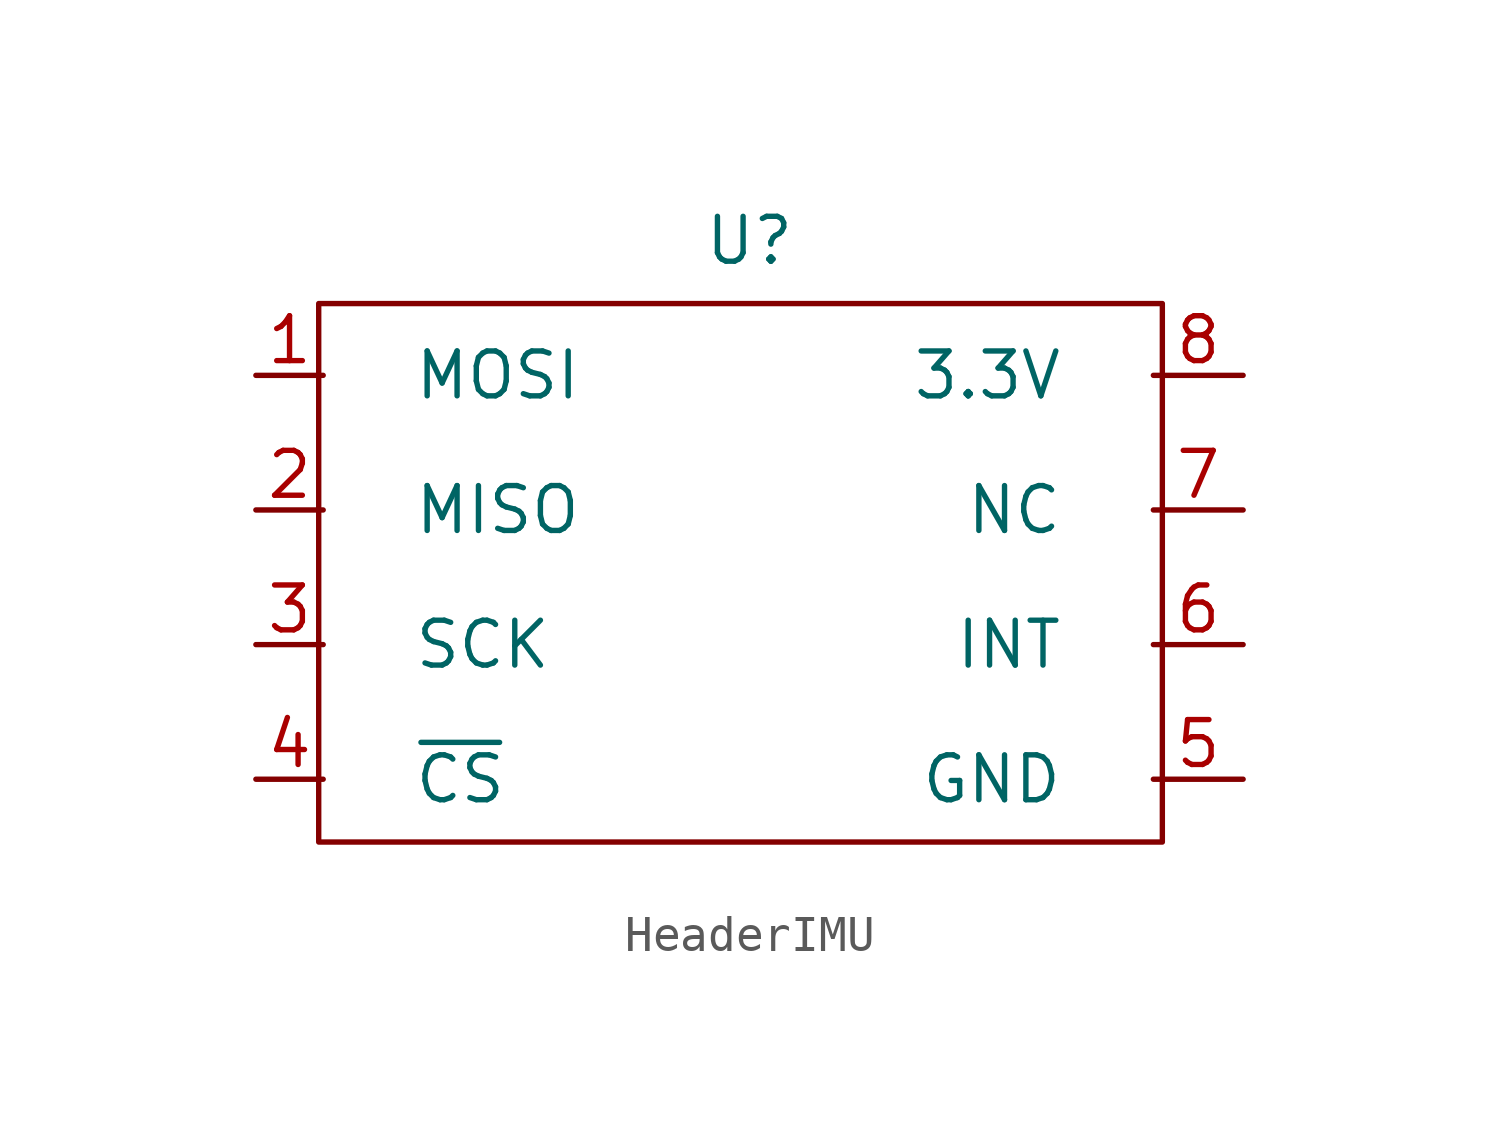
<source format=kicad_sym>
(kicad_symbol_lib
  (version 20231120)
  (generator "kicad_symbol_editor")
  (generator_version "8.0")
  (symbol "HeaderIMU"
    (pin_names
      (offset 2.54))
    (property "Reference" "U"
      (at 0 0 0)
      (effects (font (size 1.27 1.27))))
    (property "Value" ""
      (at 0 0 0)
      (effects (font (size 1.27 1.27))))
    (symbol "HeaderIMU_0_1"
      (rectangle (start -12.192 -1.778) (end 11.684 -17.018) (stroke (width 0) (type default)) (fill (type none))))
    (symbol "HeaderIMU_1_1"
      (pin input line (at -13.97 -3.81 0) (length 1.905) (name "MOSI" (effects (font (size 1.27 1.27)))) (number "1" (effects (font (size 1.27 1.27)))))
      (pin input line (at -13.97 -7.62 0) (length 1.905) (name "MISO" (effects (font (size 1.27 1.27)))) (number "2" (effects (font (size 1.27 1.27)))))
      (pin input line (at -13.97 -11.43 0) (length 1.905) (name "SCK" (effects (font (size 1.27 1.27)))) (number "3" (effects (font (size 1.27 1.27)))))
      (pin power_in line (at -13.97 -15.24 0) (length 1.905) (name "~{CS}" (effects (font (size 1.27 1.27)))) (number "4" (effects (font (size 1.27 1.27)))))
      (pin output line (at 13.97 -15.24 180) (length 2.54) (name "GND" (effects (font (size 1.27 1.27)))) (number "5" (effects (font (size 1.27 1.27)))))
      (pin output line (at 13.97 -11.43 180) (length 2.54) (name "INT" (effects (font (size 1.27 1.27)))) (number "6" (effects (font (size 1.27 1.27)))))
      (pin input line (at 13.97 -7.62 180) (length 2.54) (name "NC" (effects (font (size 1.27 1.27)))) (number "7" (effects (font (size 1.27 1.27)))))
      (pin power_in line (at 13.97 -3.81 180) (length 2.54) (name "3.3V" (effects (font (size 1.27 1.27)))) (number "8" (effects (font (size 1.27 1.27))))))))
</source>
